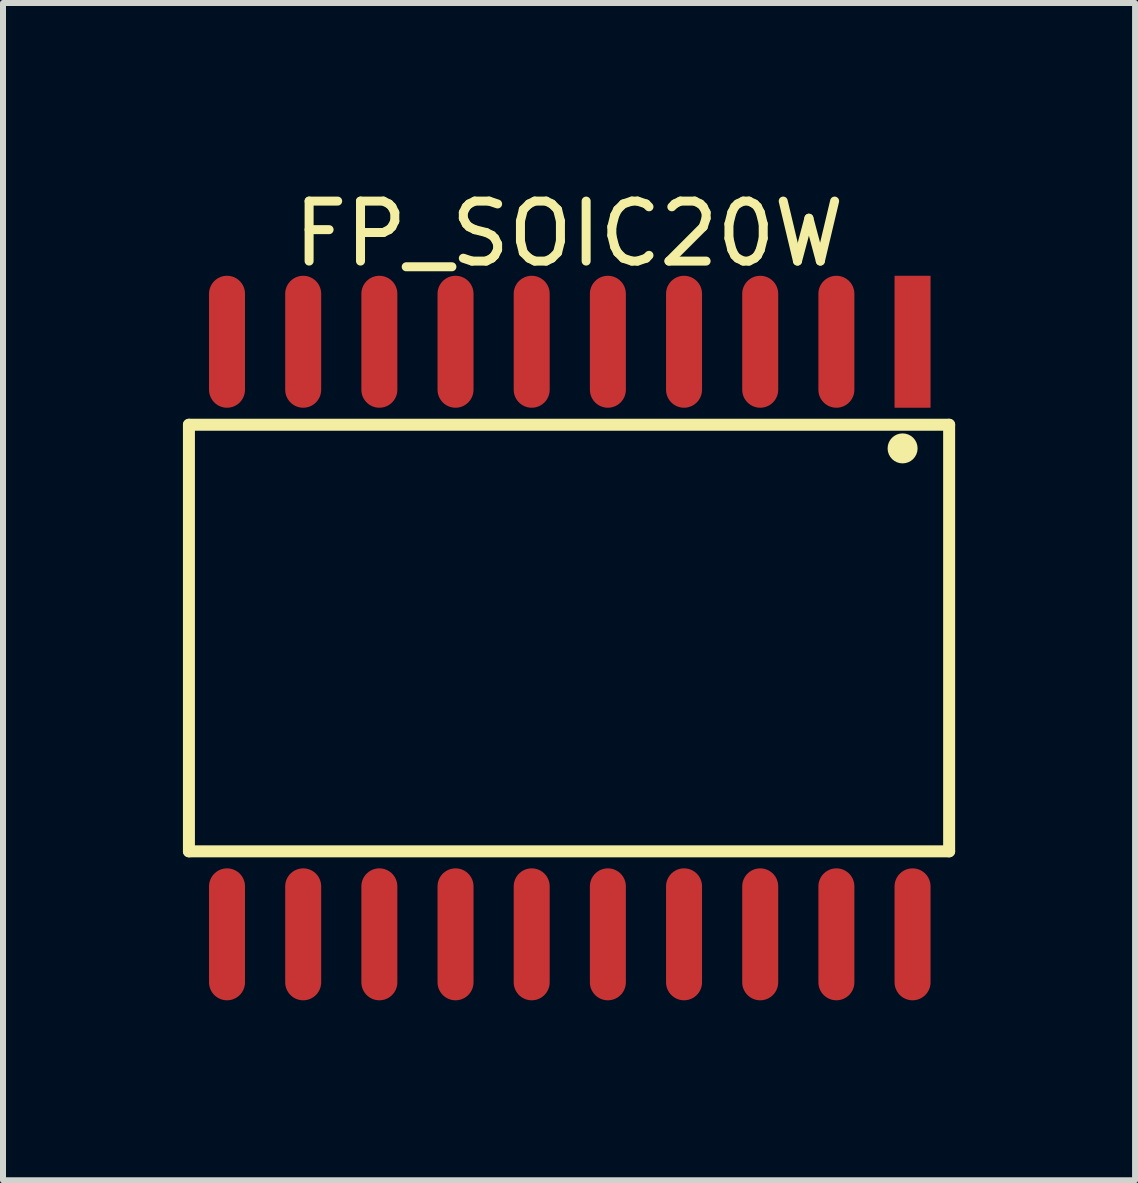
<source format=kicad_pcb>
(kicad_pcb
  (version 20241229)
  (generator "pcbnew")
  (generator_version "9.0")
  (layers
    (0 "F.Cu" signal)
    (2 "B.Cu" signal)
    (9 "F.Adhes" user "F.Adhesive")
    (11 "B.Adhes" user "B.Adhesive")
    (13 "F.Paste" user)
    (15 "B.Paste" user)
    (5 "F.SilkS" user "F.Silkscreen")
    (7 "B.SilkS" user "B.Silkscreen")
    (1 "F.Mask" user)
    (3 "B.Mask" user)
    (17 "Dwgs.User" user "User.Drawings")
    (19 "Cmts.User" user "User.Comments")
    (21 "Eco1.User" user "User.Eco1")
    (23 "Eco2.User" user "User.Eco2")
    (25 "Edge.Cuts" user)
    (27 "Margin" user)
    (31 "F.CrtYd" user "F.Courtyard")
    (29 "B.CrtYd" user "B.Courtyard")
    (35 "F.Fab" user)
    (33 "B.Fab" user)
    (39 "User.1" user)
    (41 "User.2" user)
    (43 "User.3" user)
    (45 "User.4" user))
  (footprint "FP_SOIC20W"
    (layer "F.Cu")
    (at 6.45 7.588)
    (property "Reference" "FP_SOIC20W" (at -0.013 -6.74 0) (layer "F.SilkS") (effects (font (size 1 1) (thickness 0.15))))
    (fp_line (start -6.35 -3.556) (end 6.325 -3.556) (stroke (width 0.2) (type solid)) (layer "F.SilkS"))
    (fp_line (start -6.35 3.556) (end -6.35 -3.556) (stroke (width 0.2) (type solid)) (layer "F.SilkS"))
    (fp_line (start -6.35 3.556) (end 6.325 3.556) (stroke (width 0.2) (type solid)) (layer "F.SilkS"))
    (fp_line (start 6.325 3.556) (end 6.325 -3.556) (stroke (width 0.2) (type solid)) (layer "F.SilkS"))
    (fp_circle (center 5.549 -3.162) (end 5.549 -3.287) (stroke (width 0.25) (type solid)) (fill no) (layer "F.SilkS"))
    (pad "1" smd rect (at 5.715 -4.94) (size 0.6 2.2) (layers "F.Cu" "F.Mask" "F.Paste"))
    (pad "2" smd oval (at 4.445 -4.94) (size 0.6 2.2) (layers "F.Cu" "F.Mask" "F.Paste"))
    (pad "3" smd oval (at 3.175 -4.94) (size 0.6 2.2) (layers "F.Cu" "F.Mask" "F.Paste"))
    (pad "4" smd oval (at 1.905 -4.94) (size 0.6 2.2) (layers "F.Cu" "F.Mask" "F.Paste"))
    (pad "5" smd oval (at 0.635 -4.94) (size 0.6 2.2) (layers "F.Cu" "F.Mask" "F.Paste"))
    (pad "6" smd oval (at -0.635 -4.94) (size 0.6 2.2) (layers "F.Cu" "F.Mask" "F.Paste"))
    (pad "7" smd oval (at -1.905 -4.94) (size 0.6 2.2) (layers "F.Cu" "F.Mask" "F.Paste"))
    (pad "8" smd oval (at -3.175 -4.94) (size 0.6 2.2) (layers "F.Cu" "F.Mask" "F.Paste"))
    (pad "9" smd oval (at -4.445 -4.94) (size 0.6 2.2) (layers "F.Cu" "F.Mask" "F.Paste"))
    (pad "10" smd oval (at -5.715 -4.94) (size 0.6 2.2) (layers "F.Cu" "F.Mask" "F.Paste"))
    (pad "11" smd oval (at -5.715 4.94) (size 0.6 2.2) (layers "F.Cu" "F.Mask" "F.Paste"))
    (pad "12" smd oval (at -4.445 4.94) (size 0.6 2.2) (layers "F.Cu" "F.Mask" "F.Paste"))
    (pad "13" smd oval (at -3.175 4.94) (size 0.6 2.2) (layers "F.Cu" "F.Mask" "F.Paste"))
    (pad "14" smd oval (at -1.905 4.94) (size 0.6 2.2) (layers "F.Cu" "F.Mask" "F.Paste"))
    (pad "15" smd oval (at -0.635 4.94) (size 0.6 2.2) (layers "F.Cu" "F.Mask" "F.Paste"))
    (pad "16" smd oval (at 0.635 4.94) (size 0.6 2.2) (layers "F.Cu" "F.Mask" "F.Paste"))
    (pad "17" smd oval (at 1.905 4.94) (size 0.6 2.2) (layers "F.Cu" "F.Mask" "F.Paste"))
    (pad "18" smd oval (at 3.175 4.94) (size 0.6 2.2) (layers "F.Cu" "F.Mask" "F.Paste"))
    (pad "19" smd oval (at 4.445 4.94) (size 0.6 2.2) (layers "F.Cu" "F.Mask" "F.Paste"))
    (pad "20" smd oval (at 5.715 4.94) (size 0.6 2.2) (layers "F.Cu" "F.Mask" "F.Paste")))
  (gr_rect
    (start -3 -3)
    (end 15.875 16.628)
    (stroke (width 0.1) (type default))
    (fill no)
    (layer "Edge.Cuts")))
</source>
